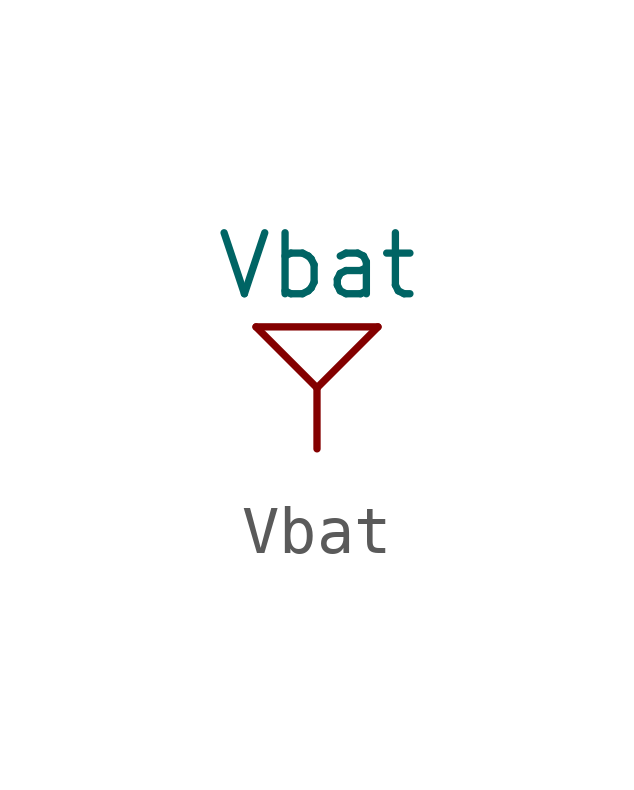
<source format=kicad_sym>
(kicad_symbol_lib
  (version 20211014)
  (generator kicad_symbol_editor)
  (symbol "Vbat"
    (power)
    (pin_names
      (offset 0))
    (property "Reference" "#PWR"
      (at 0 -2.54 0)
      (effects (font (size 1.27 1.27)) hide))
    (property "Value" "Vbat"
      (at 0 3.81 0)
      (effects (font (size 1.27 1.27))))
    (symbol "Vbat_0_1"
      (rectangle (start -1.27 2.54) (end 1.27 2.54) (stroke (width 0) (type default) (color 0 0 0 0)) (fill (type none)))
      (polyline (pts (xy -1.27 2.54) (xy 0 1.27)) (stroke (width 0) (type default) (color 0 0 0 0)) (fill (type none)))
      (polyline (pts (xy 0 0) (xy 0 1.27)) (stroke (width 0) (type default) (color 0 0 0 0)) (fill (type none)))
      (polyline (pts (xy 0 1.27) (xy 1.27 2.54)) (stroke (width 0) (type default) (color 0 0 0 0)) (fill (type none))))
    (symbol "Vbat_1_1"
      (pin power_in line (at 0 0 180) (length 0) hide (name "Vbat" (effects (font (size 1.27 1.27)))) (number "1" (effects (font (size 1.27 1.27))))))))
</source>
